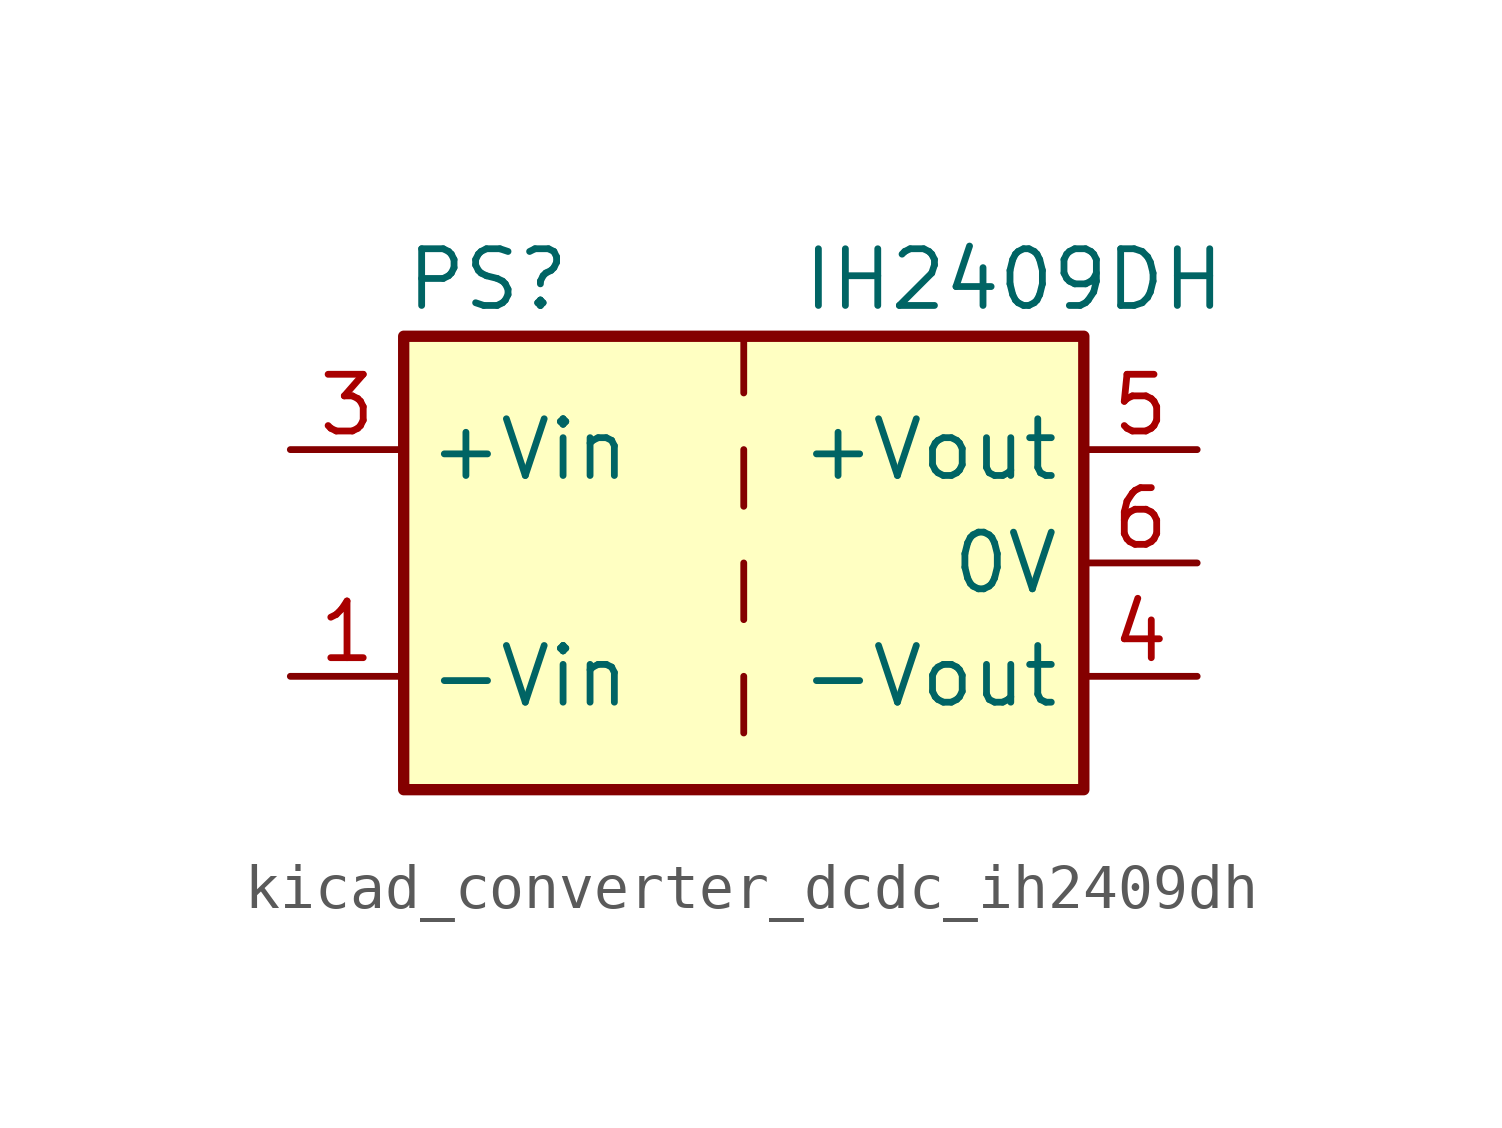
<source format=kicad_sym>
(kicad_symbol_lib
  (version 20220914)
  (generator kicad_symbol_editor)
  (symbol "kicad_converter_dcdc_ih2409dh"
    (property "Reference" "PS"
      (at -7.62 6.35 0)
      (effects (font (size 1.27 1.27)) (justify left)))
    (property "Value" "IH2409DH"
      (at 1.27 6.35 0)
      (effects (font (size 1.27 1.27)) (justify left)))
    (symbol "kicad_converter_dcdc_ih2409dh_0_0"
      (pin power_in line (at -10.16 -2.54 0) (length 2.54) (name "-Vin" (effects (font (size 1.27 1.27)))) (number "1" (effects (font (size 1.27 1.27)))))
      (pin power_in line (at -10.16 2.54 0) (length 2.54) (name "+Vin" (effects (font (size 1.27 1.27)))) (number "3" (effects (font (size 1.27 1.27)))))
      (pin power_out line (at 10.16 -2.54 180) (length 2.54) (name "-Vout" (effects (font (size 1.27 1.27)))) (number "4" (effects (font (size 1.27 1.27)))))
      (pin power_out line (at 10.16 2.54 180) (length 2.54) (name "+Vout" (effects (font (size 1.27 1.27)))) (number "5" (effects (font (size 1.27 1.27)))))
      (pin power_out line (at 10.16 0 180) (length 2.54) (name "0V" (effects (font (size 1.27 1.27)))) (number "6" (effects (font (size 1.27 1.27))))))
    (symbol "kicad_converter_dcdc_ih2409dh_0_1"
      (rectangle (start -7.62 5.08) (end 7.62 -5.08) (stroke (width 0.254) (type default)) (fill (type background)))
      (polyline (pts (xy 0 -2.54) (xy 0 -3.81)) (stroke (width 0) (type default)) (fill (type none)))
      (polyline (pts (xy 0 0) (xy 0 -1.27)) (stroke (width 0) (type default)) (fill (type none)))
      (polyline (pts (xy 0 2.54) (xy 0 1.27)) (stroke (width 0) (type default)) (fill (type none)))
      (polyline (pts (xy 0 5.08) (xy 0 3.81)) (stroke (width 0) (type default)) (fill (type none))))
    (symbol "kicad_converter_dcdc_ih2409dh_1_1"
      (pin no_connect line (at 0 -5.08 90) (length 2.54) hide (name "NC" (effects (font (size 1.27 1.27)))) (number "2" (effects (font (size 1.27 1.27))))))))
</source>
